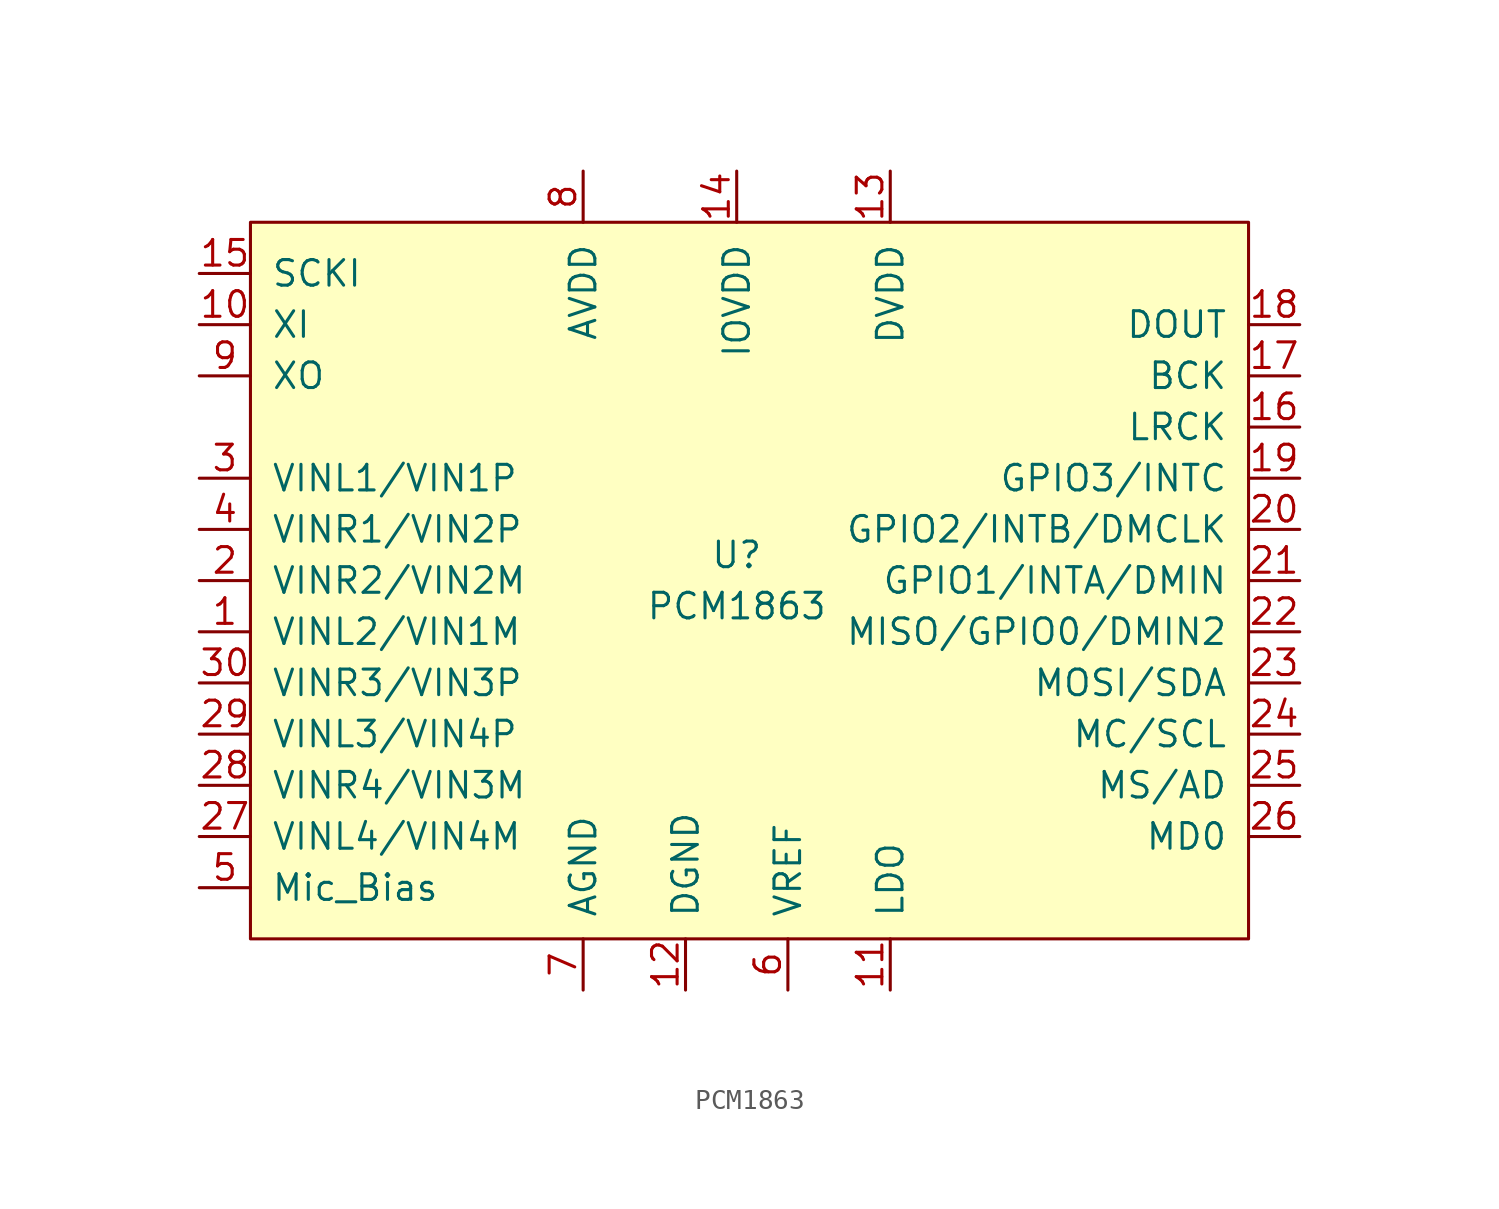
<source format=kicad_sym>
(kicad_symbol_lib
  (version 20211014)
  (generator kicad_symbol_editor)
  (symbol "PCM1863"
    (pin_names
      (offset 1.016))
    (property "Reference" "U"
      (at 0 1.27 0)
      (effects (font (size 1.27 1.27))))
    (property "Value" "PCM1863"
      (at 0 -1.27 0)
      (effects (font (size 1.27 1.27))))
    (symbol "PCM1863_0_1"
      (rectangle (start 25.4 17.78) (end -24.13 -17.78) (stroke (width 0) (type default) (color 0 0 0 0)) (fill (type background))))
    (symbol "PCM1863_1_1"
      (pin input line (at -26.67 -2.54 0) (length 2.54) (name "VINL2/VIN1M" (effects (font (size 1.27 1.27)))) (number "1" (effects (font (size 1.27 1.27)))))
      (pin input line (at -26.67 12.7 0) (length 2.54) (name "XI" (effects (font (size 1.27 1.27)))) (number "10" (effects (font (size 1.27 1.27)))))
      (pin power_out line (at 7.62 -20.32 90) (length 2.54) (name "LDO" (effects (font (size 1.27 1.27)))) (number "11" (effects (font (size 1.27 1.27)))))
      (pin power_in line (at -2.54 -20.32 90) (length 2.54) (name "DGND" (effects (font (size 1.27 1.27)))) (number "12" (effects (font (size 1.27 1.27)))))
      (pin power_in line (at 7.62 20.32 270) (length 2.54) (name "DVDD" (effects (font (size 1.27 1.27)))) (number "13" (effects (font (size 1.27 1.27)))))
      (pin power_in line (at 0 20.32 270) (length 2.54) (name "IOVDD" (effects (font (size 1.27 1.27)))) (number "14" (effects (font (size 1.27 1.27)))))
      (pin input line (at -26.67 15.24 0) (length 2.54) (name "SCKI" (effects (font (size 1.27 1.27)))) (number "15" (effects (font (size 1.27 1.27)))))
      (pin bidirectional line (at 27.94 7.62 180) (length 2.54) (name "LRCK" (effects (font (size 1.27 1.27)))) (number "16" (effects (font (size 1.27 1.27)))))
      (pin bidirectional line (at 27.94 10.16 180) (length 2.54) (name "BCK" (effects (font (size 1.27 1.27)))) (number "17" (effects (font (size 1.27 1.27)))))
      (pin output line (at 27.94 12.7 180) (length 2.54) (name "DOUT" (effects (font (size 1.27 1.27)))) (number "18" (effects (font (size 1.27 1.27)))))
      (pin bidirectional line (at 27.94 5.08 180) (length 2.54) (name "GPIO3/INTC" (effects (font (size 1.27 1.27)))) (number "19" (effects (font (size 1.27 1.27)))))
      (pin input line (at -26.67 0 0) (length 2.54) (name "VINR2/VIN2M" (effects (font (size 1.27 1.27)))) (number "2" (effects (font (size 1.27 1.27)))))
      (pin bidirectional line (at 27.94 2.54 180) (length 2.54) (name "GPIO2/INTB/DMCLK" (effects (font (size 1.27 1.27)))) (number "20" (effects (font (size 1.27 1.27)))))
      (pin bidirectional line (at 27.94 0 180) (length 2.54) (name "GPIO1/INTA/DMIN" (effects (font (size 1.27 1.27)))) (number "21" (effects (font (size 1.27 1.27)))))
      (pin bidirectional line (at 27.94 -2.54 180) (length 2.54) (name "MISO/GPIO0/DMIN2" (effects (font (size 1.27 1.27)))) (number "22" (effects (font (size 1.27 1.27)))))
      (pin bidirectional line (at 27.94 -5.08 180) (length 2.54) (name "MOSI/SDA" (effects (font (size 1.27 1.27)))) (number "23" (effects (font (size 1.27 1.27)))))
      (pin input line (at 27.94 -7.62 180) (length 2.54) (name "MC/SCL" (effects (font (size 1.27 1.27)))) (number "24" (effects (font (size 1.27 1.27)))))
      (pin input line (at 27.94 -10.16 180) (length 2.54) (name "MS/AD" (effects (font (size 1.27 1.27)))) (number "25" (effects (font (size 1.27 1.27)))))
      (pin input line (at 27.94 -12.7 180) (length 2.54) (name "MD0" (effects (font (size 1.27 1.27)))) (number "26" (effects (font (size 1.27 1.27)))))
      (pin input line (at -26.67 -12.7 0) (length 2.54) (name "VINL4/VIN4M" (effects (font (size 1.27 1.27)))) (number "27" (effects (font (size 1.27 1.27)))))
      (pin input line (at -26.67 -10.16 0) (length 2.54) (name "VINR4/VIN3M" (effects (font (size 1.27 1.27)))) (number "28" (effects (font (size 1.27 1.27)))))
      (pin input line (at -26.67 -7.62 0) (length 2.54) (name "VINL3/VIN4P" (effects (font (size 1.27 1.27)))) (number "29" (effects (font (size 1.27 1.27)))))
      (pin input line (at -26.67 5.08 0) (length 2.54) (name "VINL1/VIN1P" (effects (font (size 1.27 1.27)))) (number "3" (effects (font (size 1.27 1.27)))))
      (pin input line (at -26.67 -5.08 0) (length 2.54) (name "VINR3/VIN3P" (effects (font (size 1.27 1.27)))) (number "30" (effects (font (size 1.27 1.27)))))
      (pin input line (at -26.67 2.54 0) (length 2.54) (name "VINR1/VIN2P" (effects (font (size 1.27 1.27)))) (number "4" (effects (font (size 1.27 1.27)))))
      (pin power_out line (at -26.67 -15.24 0) (length 2.54) (name "Mic_Bias" (effects (font (size 1.27 1.27)))) (number "5" (effects (font (size 1.27 1.27)))))
      (pin power_out line (at 2.54 -20.32 90) (length 2.54) (name "VREF" (effects (font (size 1.27 1.27)))) (number "6" (effects (font (size 1.27 1.27)))))
      (pin power_in line (at -7.62 -20.32 90) (length 2.54) (name "AGND" (effects (font (size 1.27 1.27)))) (number "7" (effects (font (size 1.27 1.27)))))
      (pin power_in line (at -7.62 20.32 270) (length 2.54) (name "AVDD" (effects (font (size 1.27 1.27)))) (number "8" (effects (font (size 1.27 1.27)))))
      (pin input line (at -26.67 10.16 0) (length 2.54) (name "XO" (effects (font (size 1.27 1.27)))) (number "9" (effects (font (size 1.27 1.27))))))))
</source>
